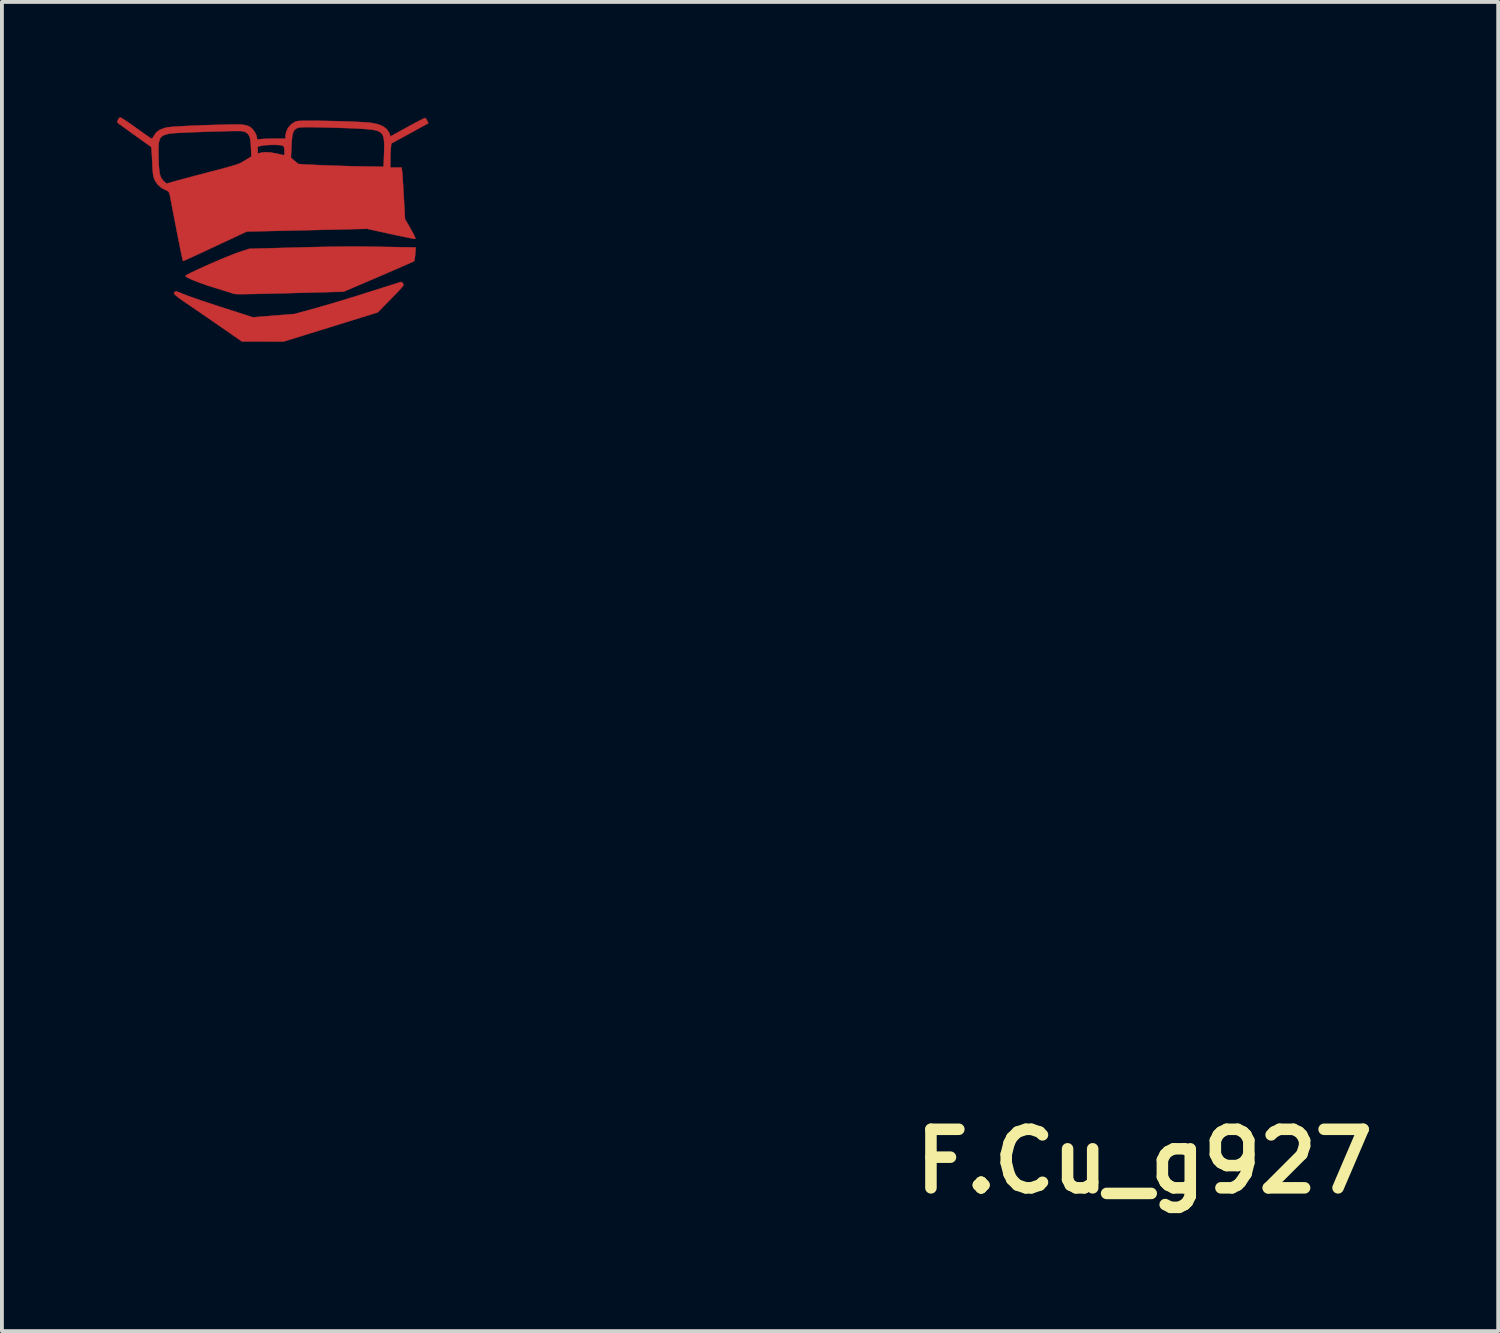
<source format=kicad_pcb>
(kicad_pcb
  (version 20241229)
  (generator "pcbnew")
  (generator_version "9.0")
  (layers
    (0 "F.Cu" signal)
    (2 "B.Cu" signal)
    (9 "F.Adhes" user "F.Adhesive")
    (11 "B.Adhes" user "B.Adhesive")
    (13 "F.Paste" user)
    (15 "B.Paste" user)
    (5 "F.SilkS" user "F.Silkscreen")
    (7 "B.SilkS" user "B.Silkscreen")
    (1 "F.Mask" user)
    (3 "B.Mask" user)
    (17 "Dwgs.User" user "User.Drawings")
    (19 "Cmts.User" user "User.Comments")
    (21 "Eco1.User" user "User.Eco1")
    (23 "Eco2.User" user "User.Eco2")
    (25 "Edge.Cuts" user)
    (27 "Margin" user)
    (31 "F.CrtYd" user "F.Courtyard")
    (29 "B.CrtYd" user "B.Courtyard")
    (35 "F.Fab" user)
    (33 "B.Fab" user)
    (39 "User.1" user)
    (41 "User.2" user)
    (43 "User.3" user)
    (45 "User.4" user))
  (footprint "F.Cu_g927"
    (layer "F.Cu")
    (at 26.731 27.176)
    (property "Reference" "F.Cu_g927" (at 0 0 0) (layer "F.SilkS") (effects (font (size 1.524 1.524) (thickness 0.3))))
    (attr through_hole)
    (fp_poly (pts (xy -19.316 -22.876) (xy -19.291 -22.846) (xy -19.282 -22.831) (xy -19.281 -22.813) (xy -19.29 -22.79) (xy -19.313 -22.757) (xy -19.353 -22.71) (xy -19.413 -22.646) (xy -19.497 -22.559) (xy -19.605 -22.448) (xy -19.95 -22.096) (xy -22.403 -21.336) (xy -22.944 -21.338) (xy -23.484 -21.339) (xy -24.109 -21.771) (xy -24.267 -21.881) (xy -24.426 -21.99) (xy -24.579 -22.096) (xy -24.721 -22.193) (xy -24.845 -22.278) (xy -24.945 -22.346) (xy -24.992 -22.378) (xy -25.108 -22.459) (xy -25.191 -22.523) (xy -25.239 -22.568) (xy -25.252 -22.591) (xy -25.237 -22.63) (xy -25.193 -22.64) (xy -25.123 -22.62) (xy -25.099 -22.609) (xy -25.023 -22.577) (xy -24.909 -22.533) (xy -24.757 -22.478) (xy -24.569 -22.413) (xy -24.346 -22.339) (xy -24.09 -22.254) (xy -23.806 -22.163) (xy -23.197 -21.967) (xy -22.655 -22.011) (xy -22.114 -22.055) (xy -21.603 -22.194) (xy -21.466 -22.233) (xy -21.297 -22.282) (xy -21.103 -22.339) (xy -20.893 -22.402) (xy -20.675 -22.469) (xy -20.457 -22.536) (xy -20.248 -22.602) (xy -20.225 -22.61) (xy -20.041 -22.668) (xy -19.87 -22.722) (xy -19.716 -22.771) (xy -19.582 -22.813) (xy -19.474 -22.847) (xy -19.394 -22.872) (xy -19.349 -22.886) (xy -19.339 -22.889) (xy -19.316 -22.876)) (stroke (width 0.01) (type solid)) (fill yes) (layer "F.Cu"))
    (fp_poly (pts (xy -20.398 -23.808) (xy -20.104 -23.805) (xy -19.889 -23.802) (xy -18.96 -23.786) (xy -18.974 -23.614) (xy -18.982 -23.533) (xy -18.992 -23.469) (xy -19.001 -23.432) (xy -19.003 -23.429) (xy -19.025 -23.418) (xy -19.082 -23.392) (xy -19.17 -23.353) (xy -19.286 -23.303) (xy -19.424 -23.242) (xy -19.582 -23.174) (xy -19.756 -23.099) (xy -19.928 -23.024) (xy -20.839 -22.634) (xy -21.823 -22.609) (xy -22.143 -22.6) (xy -22.423 -22.593) (xy -22.666 -22.587) (xy -22.875 -22.582) (xy -23.053 -22.578) (xy -23.203 -22.575) (xy -23.326 -22.573) (xy -23.427 -22.571) (xy -23.507 -22.571) (xy -23.569 -22.571) (xy -23.617 -22.572) (xy -23.652 -22.574) (xy -23.678 -22.577) (xy -23.698 -22.581) (xy -23.714 -22.585) (xy -23.728 -22.59) (xy -23.738 -22.594) (xy -23.785 -22.61) (xy -23.865 -22.635) (xy -23.969 -22.668) (xy -24.089 -22.705) (xy -24.215 -22.744) (xy -24.365 -22.791) (xy -24.509 -22.841) (xy -24.642 -22.89) (xy -24.758 -22.936) (xy -24.852 -22.977) (xy -24.919 -23.012) (xy -24.952 -23.037) (xy -24.955 -23.044) (xy -24.937 -23.06) (xy -24.884 -23.09) (xy -24.802 -23.132) (xy -24.697 -23.182) (xy -24.573 -23.24) (xy -24.436 -23.302) (xy -24.291 -23.366) (xy -24.143 -23.43) (xy -23.998 -23.492) (xy -23.859 -23.549) (xy -23.734 -23.599) (xy -23.626 -23.64) (xy -23.548 -23.668) (xy -23.294 -23.751) (xy -22.056 -23.784) (xy -21.672 -23.794) (xy -21.323 -23.801) (xy -20.999 -23.806) (xy -20.694 -23.808) (xy -20.398 -23.808)) (stroke (width 0.01) (type solid)) (fill yes) (layer "F.Cu"))
    (fp_poly (pts (xy -26.633 -27.162) (xy -26.581 -27.131) (xy -26.505 -27.082) (xy -26.411 -27.018) (xy -26.303 -26.943) (xy -26.248 -26.903) (xy -26.135 -26.822) (xy -26.033 -26.75) (xy -25.948 -26.69) (xy -25.883 -26.645) (xy -25.845 -26.62) (xy -25.838 -26.616) (xy -25.815 -26.628) (xy -25.786 -26.669) (xy -25.773 -26.693) (xy -25.714 -26.78) (xy -25.624 -26.846) (xy -25.499 -26.894) (xy -25.42 -26.912) (xy -25.362 -26.919) (xy -25.268 -26.927) (xy -25.143 -26.935) (xy -24.994 -26.944) (xy -24.827 -26.952) (xy -24.647 -26.96) (xy -24.46 -26.967) (xy -24.274 -26.973) (xy -24.092 -26.978) (xy -23.922 -26.982) (xy -23.77 -26.985) (xy -23.641 -26.986) (xy -23.542 -26.985) (xy -23.483 -26.982) (xy -23.374 -26.966) (xy -23.29 -26.933) (xy -23.264 -26.917) (xy -23.2 -26.859) (xy -23.145 -26.781) (xy -23.106 -26.698) (xy -23.093 -26.632) (xy -23.088 -26.602) (xy -23.065 -26.595) (xy -23.024 -26.602) (xy -22.978 -26.607) (xy -22.9 -26.612) (xy -22.799 -26.615) (xy -22.685 -26.617) (xy -22.654 -26.617) (xy -22.352 -26.617) (xy -22.352 -26.67) (xy -22.333 -26.792) (xy -22.28 -26.903) (xy -22.199 -26.994) (xy -22.099 -27.057) (xy -22.055 -27.072) (xy -22.012 -27.078) (xy -21.932 -27.081) (xy -21.821 -27.083) (xy -21.684 -27.083) (xy -21.527 -27.082) (xy -21.356 -27.08) (xy -21.175 -27.076) (xy -20.992 -27.072) (xy -20.81 -27.066) (xy -20.637 -27.06) (xy -20.477 -27.053) (xy -20.335 -27.046) (xy -20.218 -27.038) (xy -20.131 -27.03) (xy -20.108 -27.027) (xy -19.94 -26.992) (xy -19.808 -26.937) (xy -19.713 -26.862) (xy -19.651 -26.767) (xy -19.642 -26.742) (xy -19.62 -26.675) (xy -19.182 -26.916) (xy -19.057 -26.984) (xy -18.944 -27.044) (xy -18.849 -27.094) (xy -18.776 -27.131) (xy -18.732 -27.153) (xy -18.721 -27.157) (xy -18.697 -27.139) (xy -18.67 -27.097) (xy -18.665 -27.088) (xy -18.632 -27.019) (xy -19.114 -26.755) (xy -19.596 -26.492) (xy -19.608 -26.385) (xy -19.614 -26.315) (xy -19.619 -26.219) (xy -19.621 -26.114) (xy -19.621 -26.072) (xy -19.622 -25.866) (xy -19.328 -25.866) (xy -19.317 -25.776) (xy -19.312 -25.731) (xy -19.306 -25.65) (xy -19.299 -25.541) (xy -19.29 -25.408) (xy -19.281 -25.26) (xy -19.272 -25.105) (xy -19.24 -24.525) (xy -19.093 -24.269) (xy -19.033 -24.16) (xy -18.992 -24.079) (xy -18.971 -24.027) (xy -18.973 -24.008) (xy -18.999 -24.01) (xy -19.062 -24.021) (xy -19.155 -24.04) (xy -19.274 -24.064) (xy -19.412 -24.093) (xy -19.564 -24.126) (xy -19.612 -24.136) (xy -20.225 -24.271) (xy -21.791 -24.235) (xy -23.358 -24.2) (xy -24.18 -23.816) (xy -24.354 -23.735) (xy -24.516 -23.659) (xy -24.662 -23.592) (xy -24.788 -23.533) (xy -24.891 -23.487) (xy -24.965 -23.453) (xy -25.008 -23.435) (xy -25.016 -23.431) (xy -25.023 -23.452) (xy -25.037 -23.509) (xy -25.057 -23.599) (xy -25.082 -23.717) (xy -25.11 -23.859) (xy -25.142 -24.02) (xy -25.177 -24.196) (xy -25.185 -24.241) (xy -25.221 -24.425) (xy -25.254 -24.599) (xy -25.285 -24.758) (xy -25.312 -24.897) (xy -25.334 -25.012) (xy -25.35 -25.095) (xy -25.36 -25.143) (xy -25.361 -25.147) (xy -25.378 -25.21) (xy -25.404 -25.246) (xy -25.448 -25.269) (xy -25.451 -25.27) (xy -25.578 -25.335) (xy -25.682 -25.429) (xy -25.752 -25.537) (xy -25.771 -25.583) (xy -25.785 -25.63) (xy -25.796 -25.686) (xy -25.804 -25.759) (xy -25.811 -25.857) (xy -25.818 -25.987) (xy -25.819 -26.021) (xy -25.825 -26.142) (xy -25.831 -26.247) (xy -25.832 -26.257) (xy -25.657 -26.257) (xy -25.654 -26.068) (xy -25.647 -25.916) (xy -25.637 -25.796) (xy -25.622 -25.703) (xy -25.602 -25.631) (xy -25.574 -25.575) (xy -25.539 -25.53) (xy -25.518 -25.51) (xy -25.447 -25.448) (xy -25.111 -25.541) (xy -24.997 -25.572) (xy -24.851 -25.611) (xy -24.684 -25.656) (xy -24.506 -25.702) (xy -24.327 -25.749) (xy -24.194 -25.783) (xy -24.038 -25.824) (xy -23.893 -25.864) (xy -23.762 -25.901) (xy -23.654 -25.934) (xy -23.574 -25.961) (xy -23.529 -25.979) (xy -23.527 -25.98) (xy -23.457 -26.02) (xy -23.376 -26.068) (xy -23.34 -26.09) (xy -23.284 -26.124) (xy -22.21 -26.124) (xy -22.13 -26.053) (xy -22.076 -26.007) (xy -22.031 -25.972) (xy -22.016 -25.962) (xy -21.988 -25.957) (xy -21.923 -25.952) (xy -21.825 -25.945) (xy -21.699 -25.939) (xy -21.55 -25.932) (xy -21.382 -25.925) (xy -21.201 -25.918) (xy -21.012 -25.912) (xy -20.818 -25.906) (xy -20.625 -25.9) (xy -20.438 -25.896) (xy -20.262 -25.892) (xy -20.1 -25.89) (xy -20.096 -25.89) (xy -19.797 -25.887) (xy -19.785 -26.225) (xy -19.78 -26.387) (xy -19.782 -26.513) (xy -19.79 -26.608) (xy -19.806 -26.679) (xy -19.831 -26.731) (xy -19.867 -26.77) (xy -19.892 -26.789) (xy -19.927 -26.809) (xy -19.973 -26.826) (xy -20.034 -26.84) (xy -20.113 -26.853) (xy -20.213 -26.864) (xy -20.338 -26.873) (xy -20.491 -26.882) (xy -20.677 -26.89) (xy -20.899 -26.897) (xy -21.124 -26.904) (xy -21.341 -26.91) (xy -21.519 -26.914) (xy -21.663 -26.917) (xy -21.777 -26.917) (xy -21.864 -26.916) (xy -21.93 -26.913) (xy -21.978 -26.909) (xy -22.012 -26.902) (xy -22.024 -26.899) (xy -22.077 -26.876) (xy -22.117 -26.843) (xy -22.146 -26.793) (xy -22.167 -26.721) (xy -22.182 -26.621) (xy -22.192 -26.487) (xy -22.195 -26.423) (xy -22.21 -26.124) (xy -23.284 -26.124) (xy -23.238 -26.151) (xy -23.248 -26.388) (xy -23.25 -26.412) (xy -23.072 -26.412) (xy -23.072 -26.228) (xy -23.003 -26.248) (xy -22.89 -26.265) (xy -22.749 -26.259) (xy -22.585 -26.231) (xy -22.564 -26.226) (xy -22.486 -26.208) (xy -22.424 -26.194) (xy -22.39 -26.186) (xy -22.388 -26.186) (xy -22.38 -26.203) (xy -22.376 -26.252) (xy -22.377 -26.304) (xy -22.383 -26.374) (xy -22.394 -26.412) (xy -22.415 -26.432) (xy -22.437 -26.439) (xy -22.499 -26.449) (xy -22.59 -26.455) (xy -22.696 -26.456) (xy -22.804 -26.452) (xy -22.9 -26.445) (xy -22.965 -26.435) (xy -23.072 -26.412) (xy -23.25 -26.412) (xy -23.257 -26.519) (xy -23.27 -26.615) (xy -23.292 -26.685) (xy -23.324 -26.734) (xy -23.369 -26.773) (xy -23.387 -26.784) (xy -23.406 -26.794) (xy -23.426 -26.802) (xy -23.451 -26.809) (xy -23.486 -26.813) (xy -23.535 -26.816) (xy -23.602 -26.817) (xy -23.69 -26.817) (xy -23.804 -26.814) (xy -23.948 -26.811) (xy -24.126 -26.806) (xy -24.342 -26.799) (xy -24.35 -26.799) (xy -24.545 -26.793) (xy -24.731 -26.786) (xy -24.903 -26.779) (xy -25.055 -26.772) (xy -25.182 -26.765) (xy -25.28 -26.759) (xy -25.342 -26.753) (xy -25.357 -26.751) (xy -25.461 -26.727) (xy -25.539 -26.697) (xy -25.593 -26.653) (xy -25.629 -26.59) (xy -25.649 -26.501) (xy -25.657 -26.382) (xy -25.657 -26.257) (xy -25.832 -26.257) (xy -25.837 -26.33) (xy -25.842 -26.383) (xy -25.845 -26.401) (xy -25.864 -26.415) (xy -25.913 -26.45) (xy -25.987 -26.503) (xy -26.081 -26.57) (xy -26.19 -26.648) (xy -26.278 -26.711) (xy -26.396 -26.796) (xy -26.503 -26.873) (xy -26.594 -26.939) (xy -26.664 -26.989) (xy -26.708 -27.022) (xy -26.721 -27.032) (xy -26.726 -27.061) (xy -26.711 -27.105) (xy -26.685 -27.148) (xy -26.657 -27.171) (xy -26.633 -27.162)) (stroke (width 0.01) (type solid)) (fill yes) (layer "F.Cu")))
  (gr_rect
    (start -3 -3)
    (end 35.943 31.594)
    (stroke (width 0.1) (type default))
    (fill no)
    (layer "Edge.Cuts")))
</source>
